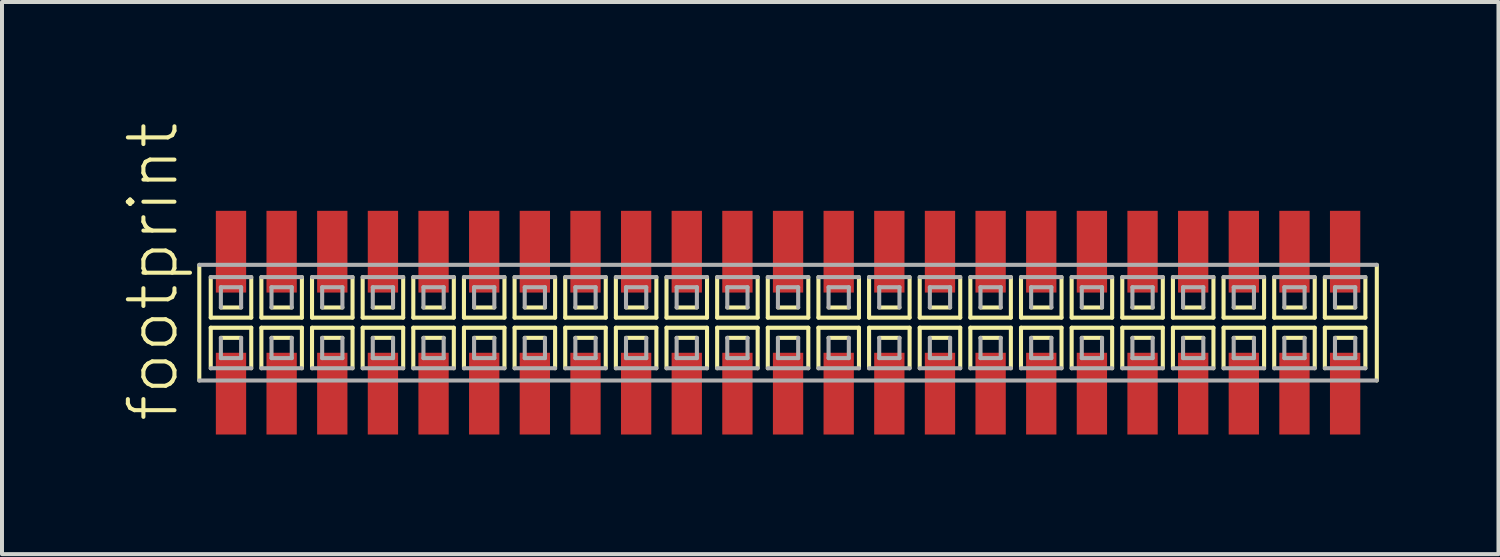
<source format=kicad_pcb>
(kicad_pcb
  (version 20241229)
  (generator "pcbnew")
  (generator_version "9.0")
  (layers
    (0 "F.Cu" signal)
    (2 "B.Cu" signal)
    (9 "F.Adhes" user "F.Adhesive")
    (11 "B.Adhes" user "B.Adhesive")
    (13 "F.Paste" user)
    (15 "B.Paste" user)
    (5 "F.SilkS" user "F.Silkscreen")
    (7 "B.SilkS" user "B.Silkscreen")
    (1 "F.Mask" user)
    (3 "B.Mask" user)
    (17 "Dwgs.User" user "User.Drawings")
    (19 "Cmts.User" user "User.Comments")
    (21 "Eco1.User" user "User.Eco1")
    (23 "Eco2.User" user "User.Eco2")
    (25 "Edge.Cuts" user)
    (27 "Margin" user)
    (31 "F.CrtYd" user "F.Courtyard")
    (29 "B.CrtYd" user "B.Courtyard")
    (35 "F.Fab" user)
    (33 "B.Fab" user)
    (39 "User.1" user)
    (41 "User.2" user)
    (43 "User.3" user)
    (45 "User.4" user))
  (footprint "footprint"
    (layer "F.Cu")
    (at 16.713 5.042)
    (property "Reference" "footprint" (at -15.24 2.54 90) (layer "F.SilkS") (effects (font (size 1.168 1.168) (thickness 0.102)) (justify left bottom)))
    (fp_line (start -14.765 -1.45) (end -14.765 1.45) (stroke (width 0.102) (type solid)) (layer "F.SilkS"))
    (fp_line (start -14.478 -1.143) (end -14.478 -0.127) (stroke (width 0.102) (type solid)) (layer "F.SilkS"))
    (fp_line (start -14.478 -0.127) (end -13.462 -0.127) (stroke (width 0.102) (type solid)) (layer "F.SilkS"))
    (fp_line (start -14.478 0.127) (end -14.478 1.143) (stroke (width 0.102) (type solid)) (layer "F.SilkS"))
    (fp_line (start -14.224 -0.381) (end -13.716 -0.381) (stroke (width 0.102) (type solid)) (layer "F.SilkS"))
    (fp_line (start -13.716 0.381) (end -14.224 0.381) (stroke (width 0.102) (type solid)) (layer "F.SilkS"))
    (fp_line (start -13.462 -0.127) (end -13.462 -1.143) (stroke (width 0.102) (type solid)) (layer "F.SilkS"))
    (fp_line (start -13.462 0.127) (end -14.478 0.127) (stroke (width 0.102) (type solid)) (layer "F.SilkS"))
    (fp_line (start -13.462 1.143) (end -13.462 0.127) (stroke (width 0.102) (type solid)) (layer "F.SilkS"))
    (fp_line (start -13.208 -1.143) (end -13.208 -0.127) (stroke (width 0.102) (type solid)) (layer "F.SilkS"))
    (fp_line (start -13.208 -0.127) (end -12.192 -0.127) (stroke (width 0.102) (type solid)) (layer "F.SilkS"))
    (fp_line (start -13.208 0.127) (end -13.208 1.143) (stroke (width 0.102) (type solid)) (layer "F.SilkS"))
    (fp_line (start -12.954 -0.381) (end -12.446 -0.381) (stroke (width 0.102) (type solid)) (layer "F.SilkS"))
    (fp_line (start -12.446 0.381) (end -12.954 0.381) (stroke (width 0.102) (type solid)) (layer "F.SilkS"))
    (fp_line (start -12.192 -0.127) (end -12.192 -1.143) (stroke (width 0.102) (type solid)) (layer "F.SilkS"))
    (fp_line (start -12.192 0.127) (end -13.208 0.127) (stroke (width 0.102) (type solid)) (layer "F.SilkS"))
    (fp_line (start -12.192 1.143) (end -12.192 0.127) (stroke (width 0.102) (type solid)) (layer "F.SilkS"))
    (fp_line (start -11.938 -1.143) (end -11.938 -0.127) (stroke (width 0.102) (type solid)) (layer "F.SilkS"))
    (fp_line (start -11.938 -0.127) (end -10.922 -0.127) (stroke (width 0.102) (type solid)) (layer "F.SilkS"))
    (fp_line (start -11.938 0.127) (end -11.938 1.143) (stroke (width 0.102) (type solid)) (layer "F.SilkS"))
    (fp_line (start -11.684 -0.381) (end -11.176 -0.381) (stroke (width 0.102) (type solid)) (layer "F.SilkS"))
    (fp_line (start -11.176 0.381) (end -11.684 0.381) (stroke (width 0.102) (type solid)) (layer "F.SilkS"))
    (fp_line (start -10.922 -0.127) (end -10.922 -1.143) (stroke (width 0.102) (type solid)) (layer "F.SilkS"))
    (fp_line (start -10.922 0.127) (end -11.938 0.127) (stroke (width 0.102) (type solid)) (layer "F.SilkS"))
    (fp_line (start -10.922 1.143) (end -10.922 0.127) (stroke (width 0.102) (type solid)) (layer "F.SilkS"))
    (fp_line (start -10.668 -1.143) (end -10.668 -0.127) (stroke (width 0.102) (type solid)) (layer "F.SilkS"))
    (fp_line (start -10.668 -0.127) (end -9.652 -0.127) (stroke (width 0.102) (type solid)) (layer "F.SilkS"))
    (fp_line (start -10.668 0.127) (end -10.668 1.143) (stroke (width 0.102) (type solid)) (layer "F.SilkS"))
    (fp_line (start -10.414 -0.381) (end -9.906 -0.381) (stroke (width 0.102) (type solid)) (layer "F.SilkS"))
    (fp_line (start -9.906 0.381) (end -10.414 0.381) (stroke (width 0.102) (type solid)) (layer "F.SilkS"))
    (fp_line (start -9.652 -0.127) (end -9.652 -1.143) (stroke (width 0.102) (type solid)) (layer "F.SilkS"))
    (fp_line (start -9.652 0.127) (end -10.668 0.127) (stroke (width 0.102) (type solid)) (layer "F.SilkS"))
    (fp_line (start -9.652 1.143) (end -9.652 0.127) (stroke (width 0.102) (type solid)) (layer "F.SilkS"))
    (fp_line (start -9.398 -1.143) (end -9.398 -0.127) (stroke (width 0.102) (type solid)) (layer "F.SilkS"))
    (fp_line (start -9.398 -0.127) (end -8.382 -0.127) (stroke (width 0.102) (type solid)) (layer "F.SilkS"))
    (fp_line (start -9.398 0.127) (end -9.398 1.143) (stroke (width 0.102) (type solid)) (layer "F.SilkS"))
    (fp_line (start -9.144 -0.381) (end -8.636 -0.381) (stroke (width 0.102) (type solid)) (layer "F.SilkS"))
    (fp_line (start -8.636 0.381) (end -9.144 0.381) (stroke (width 0.102) (type solid)) (layer "F.SilkS"))
    (fp_line (start -8.382 -0.127) (end -8.382 -1.143) (stroke (width 0.102) (type solid)) (layer "F.SilkS"))
    (fp_line (start -8.382 0.127) (end -9.398 0.127) (stroke (width 0.102) (type solid)) (layer "F.SilkS"))
    (fp_line (start -8.382 1.143) (end -8.382 0.127) (stroke (width 0.102) (type solid)) (layer "F.SilkS"))
    (fp_line (start -8.128 -1.143) (end -8.128 -0.127) (stroke (width 0.102) (type solid)) (layer "F.SilkS"))
    (fp_line (start -8.128 -0.127) (end -7.112 -0.127) (stroke (width 0.102) (type solid)) (layer "F.SilkS"))
    (fp_line (start -8.128 0.127) (end -8.128 1.143) (stroke (width 0.102) (type solid)) (layer "F.SilkS"))
    (fp_line (start -7.874 -0.381) (end -7.366 -0.381) (stroke (width 0.102) (type solid)) (layer "F.SilkS"))
    (fp_line (start -7.366 0.381) (end -7.874 0.381) (stroke (width 0.102) (type solid)) (layer "F.SilkS"))
    (fp_line (start -7.112 -0.127) (end -7.112 -1.143) (stroke (width 0.102) (type solid)) (layer "F.SilkS"))
    (fp_line (start -7.112 0.127) (end -8.128 0.127) (stroke (width 0.102) (type solid)) (layer "F.SilkS"))
    (fp_line (start -7.112 1.143) (end -7.112 0.127) (stroke (width 0.102) (type solid)) (layer "F.SilkS"))
    (fp_line (start -6.858 -1.143) (end -6.858 -0.127) (stroke (width 0.102) (type solid)) (layer "F.SilkS"))
    (fp_line (start -6.858 -0.127) (end -5.842 -0.127) (stroke (width 0.102) (type solid)) (layer "F.SilkS"))
    (fp_line (start -6.858 0.127) (end -6.858 1.143) (stroke (width 0.102) (type solid)) (layer "F.SilkS"))
    (fp_line (start -6.604 -0.381) (end -6.096 -0.381) (stroke (width 0.102) (type solid)) (layer "F.SilkS"))
    (fp_line (start -6.096 0.381) (end -6.604 0.381) (stroke (width 0.102) (type solid)) (layer "F.SilkS"))
    (fp_line (start -5.842 -0.127) (end -5.842 -1.143) (stroke (width 0.102) (type solid)) (layer "F.SilkS"))
    (fp_line (start -5.842 0.127) (end -6.858 0.127) (stroke (width 0.102) (type solid)) (layer "F.SilkS"))
    (fp_line (start -5.842 1.143) (end -5.842 0.127) (stroke (width 0.102) (type solid)) (layer "F.SilkS"))
    (fp_line (start -5.588 -1.143) (end -5.588 -0.127) (stroke (width 0.102) (type solid)) (layer "F.SilkS"))
    (fp_line (start -5.588 -0.127) (end -4.572 -0.127) (stroke (width 0.102) (type solid)) (layer "F.SilkS"))
    (fp_line (start -5.588 0.127) (end -5.588 1.143) (stroke (width 0.102) (type solid)) (layer "F.SilkS"))
    (fp_line (start -5.334 -0.381) (end -4.826 -0.381) (stroke (width 0.102) (type solid)) (layer "F.SilkS"))
    (fp_line (start -4.826 0.381) (end -5.334 0.381) (stroke (width 0.102) (type solid)) (layer "F.SilkS"))
    (fp_line (start -4.572 -0.127) (end -4.572 -1.143) (stroke (width 0.102) (type solid)) (layer "F.SilkS"))
    (fp_line (start -4.572 0.127) (end -5.588 0.127) (stroke (width 0.102) (type solid)) (layer "F.SilkS"))
    (fp_line (start -4.572 1.143) (end -4.572 0.127) (stroke (width 0.102) (type solid)) (layer "F.SilkS"))
    (fp_line (start -4.318 -1.143) (end -4.318 -0.127) (stroke (width 0.102) (type solid)) (layer "F.SilkS"))
    (fp_line (start -4.318 -0.127) (end -3.302 -0.127) (stroke (width 0.102) (type solid)) (layer "F.SilkS"))
    (fp_line (start -4.318 0.127) (end -4.318 1.143) (stroke (width 0.102) (type solid)) (layer "F.SilkS"))
    (fp_line (start -4.064 -0.381) (end -3.556 -0.381) (stroke (width 0.102) (type solid)) (layer "F.SilkS"))
    (fp_line (start -3.556 0.381) (end -4.064 0.381) (stroke (width 0.102) (type solid)) (layer "F.SilkS"))
    (fp_line (start -3.302 -0.127) (end -3.302 -1.143) (stroke (width 0.102) (type solid)) (layer "F.SilkS"))
    (fp_line (start -3.302 0.127) (end -4.318 0.127) (stroke (width 0.102) (type solid)) (layer "F.SilkS"))
    (fp_line (start -3.302 1.143) (end -3.302 0.127) (stroke (width 0.102) (type solid)) (layer "F.SilkS"))
    (fp_line (start -3.048 -1.143) (end -3.048 -0.127) (stroke (width 0.102) (type solid)) (layer "F.SilkS"))
    (fp_line (start -3.048 -0.127) (end -2.032 -0.127) (stroke (width 0.102) (type solid)) (layer "F.SilkS"))
    (fp_line (start -3.048 0.127) (end -3.048 1.143) (stroke (width 0.102) (type solid)) (layer "F.SilkS"))
    (fp_line (start -2.794 -0.381) (end -2.286 -0.381) (stroke (width 0.102) (type solid)) (layer "F.SilkS"))
    (fp_line (start -2.286 0.381) (end -2.794 0.381) (stroke (width 0.102) (type solid)) (layer "F.SilkS"))
    (fp_line (start -2.032 -0.127) (end -2.032 -1.143) (stroke (width 0.102) (type solid)) (layer "F.SilkS"))
    (fp_line (start -2.032 0.127) (end -3.048 0.127) (stroke (width 0.102) (type solid)) (layer "F.SilkS"))
    (fp_line (start -2.032 1.143) (end -2.032 0.127) (stroke (width 0.102) (type solid)) (layer "F.SilkS"))
    (fp_line (start -1.778 -1.143) (end -1.778 -0.127) (stroke (width 0.102) (type solid)) (layer "F.SilkS"))
    (fp_line (start -1.778 -0.127) (end -0.762 -0.127) (stroke (width 0.102) (type solid)) (layer "F.SilkS"))
    (fp_line (start -1.778 0.127) (end -1.778 1.143) (stroke (width 0.102) (type solid)) (layer "F.SilkS"))
    (fp_line (start -1.524 -0.381) (end -1.016 -0.381) (stroke (width 0.102) (type solid)) (layer "F.SilkS"))
    (fp_line (start -1.016 0.381) (end -1.524 0.381) (stroke (width 0.102) (type solid)) (layer "F.SilkS"))
    (fp_line (start -0.762 -0.127) (end -0.762 -1.143) (stroke (width 0.102) (type solid)) (layer "F.SilkS"))
    (fp_line (start -0.762 0.127) (end -1.778 0.127) (stroke (width 0.102) (type solid)) (layer "F.SilkS"))
    (fp_line (start -0.762 1.143) (end -0.762 0.127) (stroke (width 0.102) (type solid)) (layer "F.SilkS"))
    (fp_line (start -0.508 -1.143) (end -0.508 -0.127) (stroke (width 0.102) (type solid)) (layer "F.SilkS"))
    (fp_line (start -0.508 -0.127) (end 0.508 -0.127) (stroke (width 0.102) (type solid)) (layer "F.SilkS"))
    (fp_line (start -0.508 0.127) (end -0.508 1.143) (stroke (width 0.102) (type solid)) (layer "F.SilkS"))
    (fp_line (start -0.254 -0.381) (end 0.254 -0.381) (stroke (width 0.102) (type solid)) (layer "F.SilkS"))
    (fp_line (start 0.254 0.381) (end -0.254 0.381) (stroke (width 0.102) (type solid)) (layer "F.SilkS"))
    (fp_line (start 0.508 -0.127) (end 0.508 -1.143) (stroke (width 0.102) (type solid)) (layer "F.SilkS"))
    (fp_line (start 0.508 0.127) (end -0.508 0.127) (stroke (width 0.102) (type solid)) (layer "F.SilkS"))
    (fp_line (start 0.508 1.143) (end 0.508 0.127) (stroke (width 0.102) (type solid)) (layer "F.SilkS"))
    (fp_line (start 0.762 -1.143) (end 0.762 -0.127) (stroke (width 0.102) (type solid)) (layer "F.SilkS"))
    (fp_line (start 0.762 -0.127) (end 1.778 -0.127) (stroke (width 0.102) (type solid)) (layer "F.SilkS"))
    (fp_line (start 0.762 0.127) (end 0.762 1.143) (stroke (width 0.102) (type solid)) (layer "F.SilkS"))
    (fp_line (start 1.016 -0.381) (end 1.524 -0.381) (stroke (width 0.102) (type solid)) (layer "F.SilkS"))
    (fp_line (start 1.524 0.381) (end 1.016 0.381) (stroke (width 0.102) (type solid)) (layer "F.SilkS"))
    (fp_line (start 1.778 -0.127) (end 1.778 -1.143) (stroke (width 0.102) (type solid)) (layer "F.SilkS"))
    (fp_line (start 1.778 0.127) (end 0.762 0.127) (stroke (width 0.102) (type solid)) (layer "F.SilkS"))
    (fp_line (start 1.778 1.143) (end 1.778 0.127) (stroke (width 0.102) (type solid)) (layer "F.SilkS"))
    (fp_line (start 2.032 -1.143) (end 2.032 -0.127) (stroke (width 0.102) (type solid)) (layer "F.SilkS"))
    (fp_line (start 2.032 -0.127) (end 3.048 -0.127) (stroke (width 0.102) (type solid)) (layer "F.SilkS"))
    (fp_line (start 2.032 0.127) (end 2.032 1.143) (stroke (width 0.102) (type solid)) (layer "F.SilkS"))
    (fp_line (start 2.286 -0.381) (end 2.794 -0.381) (stroke (width 0.102) (type solid)) (layer "F.SilkS"))
    (fp_line (start 2.794 0.381) (end 2.286 0.381) (stroke (width 0.102) (type solid)) (layer "F.SilkS"))
    (fp_line (start 3.048 -0.127) (end 3.048 -1.143) (stroke (width 0.102) (type solid)) (layer "F.SilkS"))
    (fp_line (start 3.048 0.127) (end 2.032 0.127) (stroke (width 0.102) (type solid)) (layer "F.SilkS"))
    (fp_line (start 3.048 1.143) (end 3.048 0.127) (stroke (width 0.102) (type solid)) (layer "F.SilkS"))
    (fp_line (start 3.302 -1.143) (end 3.302 -0.127) (stroke (width 0.102) (type solid)) (layer "F.SilkS"))
    (fp_line (start 3.302 -0.127) (end 4.318 -0.127) (stroke (width 0.102) (type solid)) (layer "F.SilkS"))
    (fp_line (start 3.302 0.127) (end 3.302 1.143) (stroke (width 0.102) (type solid)) (layer "F.SilkS"))
    (fp_line (start 3.556 -0.381) (end 4.064 -0.381) (stroke (width 0.102) (type solid)) (layer "F.SilkS"))
    (fp_line (start 4.064 0.381) (end 3.556 0.381) (stroke (width 0.102) (type solid)) (layer "F.SilkS"))
    (fp_line (start 4.318 -0.127) (end 4.318 -1.143) (stroke (width 0.102) (type solid)) (layer "F.SilkS"))
    (fp_line (start 4.318 0.127) (end 3.302 0.127) (stroke (width 0.102) (type solid)) (layer "F.SilkS"))
    (fp_line (start 4.318 1.143) (end 4.318 0.127) (stroke (width 0.102) (type solid)) (layer "F.SilkS"))
    (fp_line (start 4.572 -1.143) (end 4.572 -0.127) (stroke (width 0.102) (type solid)) (layer "F.SilkS"))
    (fp_line (start 4.572 -0.127) (end 5.588 -0.127) (stroke (width 0.102) (type solid)) (layer "F.SilkS"))
    (fp_line (start 4.572 0.127) (end 4.572 1.143) (stroke (width 0.102) (type solid)) (layer "F.SilkS"))
    (fp_line (start 4.826 -0.381) (end 5.334 -0.381) (stroke (width 0.102) (type solid)) (layer "F.SilkS"))
    (fp_line (start 5.334 0.381) (end 4.826 0.381) (stroke (width 0.102) (type solid)) (layer "F.SilkS"))
    (fp_line (start 5.588 -0.127) (end 5.588 -1.143) (stroke (width 0.102) (type solid)) (layer "F.SilkS"))
    (fp_line (start 5.588 0.127) (end 4.572 0.127) (stroke (width 0.102) (type solid)) (layer "F.SilkS"))
    (fp_line (start 5.588 1.143) (end 5.588 0.127) (stroke (width 0.102) (type solid)) (layer "F.SilkS"))
    (fp_line (start 5.842 -1.143) (end 5.842 -0.127) (stroke (width 0.102) (type solid)) (layer "F.SilkS"))
    (fp_line (start 5.842 -0.127) (end 6.858 -0.127) (stroke (width 0.102) (type solid)) (layer "F.SilkS"))
    (fp_line (start 5.842 0.127) (end 5.842 1.143) (stroke (width 0.102) (type solid)) (layer "F.SilkS"))
    (fp_line (start 6.096 -0.381) (end 6.604 -0.381) (stroke (width 0.102) (type solid)) (layer "F.SilkS"))
    (fp_line (start 6.604 0.381) (end 6.096 0.381) (stroke (width 0.102) (type solid)) (layer "F.SilkS"))
    (fp_line (start 6.858 -0.127) (end 6.858 -1.143) (stroke (width 0.102) (type solid)) (layer "F.SilkS"))
    (fp_line (start 6.858 0.127) (end 5.842 0.127) (stroke (width 0.102) (type solid)) (layer "F.SilkS"))
    (fp_line (start 6.858 1.143) (end 6.858 0.127) (stroke (width 0.102) (type solid)) (layer "F.SilkS"))
    (fp_line (start 7.112 -1.143) (end 7.112 -0.127) (stroke (width 0.102) (type solid)) (layer "F.SilkS"))
    (fp_line (start 7.112 -0.127) (end 8.128 -0.127) (stroke (width 0.102) (type solid)) (layer "F.SilkS"))
    (fp_line (start 7.112 0.127) (end 7.112 1.143) (stroke (width 0.102) (type solid)) (layer "F.SilkS"))
    (fp_line (start 7.366 -0.381) (end 7.874 -0.381) (stroke (width 0.102) (type solid)) (layer "F.SilkS"))
    (fp_line (start 7.874 0.381) (end 7.366 0.381) (stroke (width 0.102) (type solid)) (layer "F.SilkS"))
    (fp_line (start 8.128 -0.127) (end 8.128 -1.143) (stroke (width 0.102) (type solid)) (layer "F.SilkS"))
    (fp_line (start 8.128 0.127) (end 7.112 0.127) (stroke (width 0.102) (type solid)) (layer "F.SilkS"))
    (fp_line (start 8.128 1.143) (end 8.128 0.127) (stroke (width 0.102) (type solid)) (layer "F.SilkS"))
    (fp_line (start 8.382 -1.143) (end 8.382 -0.127) (stroke (width 0.102) (type solid)) (layer "F.SilkS"))
    (fp_line (start 8.382 -0.127) (end 9.398 -0.127) (stroke (width 0.102) (type solid)) (layer "F.SilkS"))
    (fp_line (start 8.382 0.127) (end 8.382 1.143) (stroke (width 0.102) (type solid)) (layer "F.SilkS"))
    (fp_line (start 8.636 -0.381) (end 9.144 -0.381) (stroke (width 0.102) (type solid)) (layer "F.SilkS"))
    (fp_line (start 9.144 0.381) (end 8.636 0.381) (stroke (width 0.102) (type solid)) (layer "F.SilkS"))
    (fp_line (start 9.398 -0.127) (end 9.398 -1.143) (stroke (width 0.102) (type solid)) (layer "F.SilkS"))
    (fp_line (start 9.398 0.127) (end 8.382 0.127) (stroke (width 0.102) (type solid)) (layer "F.SilkS"))
    (fp_line (start 9.398 1.143) (end 9.398 0.127) (stroke (width 0.102) (type solid)) (layer "F.SilkS"))
    (fp_line (start 9.652 -1.143) (end 9.652 -0.127) (stroke (width 0.102) (type solid)) (layer "F.SilkS"))
    (fp_line (start 9.652 -0.127) (end 10.668 -0.127) (stroke (width 0.102) (type solid)) (layer "F.SilkS"))
    (fp_line (start 9.652 0.127) (end 9.652 1.143) (stroke (width 0.102) (type solid)) (layer "F.SilkS"))
    (fp_line (start 9.906 -0.381) (end 10.414 -0.381) (stroke (width 0.102) (type solid)) (layer "F.SilkS"))
    (fp_line (start 10.414 0.381) (end 9.906 0.381) (stroke (width 0.102) (type solid)) (layer "F.SilkS"))
    (fp_line (start 10.668 -0.127) (end 10.668 -1.143) (stroke (width 0.102) (type solid)) (layer "F.SilkS"))
    (fp_line (start 10.668 0.127) (end 9.652 0.127) (stroke (width 0.102) (type solid)) (layer "F.SilkS"))
    (fp_line (start 10.668 1.143) (end 10.668 0.127) (stroke (width 0.102) (type solid)) (layer "F.SilkS"))
    (fp_line (start 10.922 -1.143) (end 10.922 -0.127) (stroke (width 0.102) (type solid)) (layer "F.SilkS"))
    (fp_line (start 10.922 -0.127) (end 11.938 -0.127) (stroke (width 0.102) (type solid)) (layer "F.SilkS"))
    (fp_line (start 10.922 0.127) (end 10.922 1.143) (stroke (width 0.102) (type solid)) (layer "F.SilkS"))
    (fp_line (start 11.176 -0.381) (end 11.684 -0.381) (stroke (width 0.102) (type solid)) (layer "F.SilkS"))
    (fp_line (start 11.684 0.381) (end 11.176 0.381) (stroke (width 0.102) (type solid)) (layer "F.SilkS"))
    (fp_line (start 11.938 -0.127) (end 11.938 -1.143) (stroke (width 0.102) (type solid)) (layer "F.SilkS"))
    (fp_line (start 11.938 0.127) (end 10.922 0.127) (stroke (width 0.102) (type solid)) (layer "F.SilkS"))
    (fp_line (start 11.938 1.143) (end 11.938 0.127) (stroke (width 0.102) (type solid)) (layer "F.SilkS"))
    (fp_line (start 12.192 -1.143) (end 12.192 -0.127) (stroke (width 0.102) (type solid)) (layer "F.SilkS"))
    (fp_line (start 12.192 -0.127) (end 13.208 -0.127) (stroke (width 0.102) (type solid)) (layer "F.SilkS"))
    (fp_line (start 12.192 0.127) (end 12.192 1.143) (stroke (width 0.102) (type solid)) (layer "F.SilkS"))
    (fp_line (start 12.446 -0.381) (end 12.954 -0.381) (stroke (width 0.102) (type solid)) (layer "F.SilkS"))
    (fp_line (start 12.954 0.381) (end 12.446 0.381) (stroke (width 0.102) (type solid)) (layer "F.SilkS"))
    (fp_line (start 13.208 -0.127) (end 13.208 -1.143) (stroke (width 0.102) (type solid)) (layer "F.SilkS"))
    (fp_line (start 13.208 0.127) (end 12.192 0.127) (stroke (width 0.102) (type solid)) (layer "F.SilkS"))
    (fp_line (start 13.208 1.143) (end 13.208 0.127) (stroke (width 0.102) (type solid)) (layer "F.SilkS"))
    (fp_line (start 13.462 -1.143) (end 13.462 -0.127) (stroke (width 0.102) (type solid)) (layer "F.SilkS"))
    (fp_line (start 13.462 -0.127) (end 14.478 -0.127) (stroke (width 0.102) (type solid)) (layer "F.SilkS"))
    (fp_line (start 13.462 0.127) (end 13.462 1.143) (stroke (width 0.102) (type solid)) (layer "F.SilkS"))
    (fp_line (start 13.716 -0.381) (end 14.224 -0.381) (stroke (width 0.102) (type solid)) (layer "F.SilkS"))
    (fp_line (start 14.224 0.381) (end 13.716 0.381) (stroke (width 0.102) (type solid)) (layer "F.SilkS"))
    (fp_line (start 14.478 -0.127) (end 14.478 -1.143) (stroke (width 0.102) (type solid)) (layer "F.SilkS"))
    (fp_line (start 14.478 0.127) (end 13.462 0.127) (stroke (width 0.102) (type solid)) (layer "F.SilkS"))
    (fp_line (start 14.478 1.143) (end 14.478 0.127) (stroke (width 0.102) (type solid)) (layer "F.SilkS"))
    (fp_line (start 14.765 1.45) (end 14.765 -1.45) (stroke (width 0.102) (type solid)) (layer "F.SilkS"))
    (fp_line (start -14.765 1.45) (end 14.765 1.45) (stroke (width 0.102) (type solid)) (layer "F.Fab"))
    (fp_line (start -14.478 1.143) (end -13.462 1.143) (stroke (width 0.102) (type solid)) (layer "F.Fab"))
    (fp_line (start -14.224 -0.889) (end -14.224 -0.381) (stroke (width 0.102) (type solid)) (layer "F.Fab"))
    (fp_line (start -14.224 0.381) (end -14.224 0.889) (stroke (width 0.102) (type solid)) (layer "F.Fab"))
    (fp_line (start -14.224 0.889) (end -13.716 0.889) (stroke (width 0.102) (type solid)) (layer "F.Fab"))
    (fp_line (start -13.716 -0.889) (end -14.224 -0.889) (stroke (width 0.102) (type solid)) (layer "F.Fab"))
    (fp_line (start -13.716 -0.381) (end -13.716 -0.889) (stroke (width 0.102) (type solid)) (layer "F.Fab"))
    (fp_line (start -13.716 0.889) (end -13.716 0.381) (stroke (width 0.102) (type solid)) (layer "F.Fab"))
    (fp_line (start -13.462 -1.143) (end -14.478 -1.143) (stroke (width 0.102) (type solid)) (layer "F.Fab"))
    (fp_line (start -13.208 1.143) (end -12.192 1.143) (stroke (width 0.102) (type solid)) (layer "F.Fab"))
    (fp_line (start -12.954 -0.889) (end -12.954 -0.381) (stroke (width 0.102) (type solid)) (layer "F.Fab"))
    (fp_line (start -12.954 0.381) (end -12.954 0.889) (stroke (width 0.102) (type solid)) (layer "F.Fab"))
    (fp_line (start -12.954 0.889) (end -12.446 0.889) (stroke (width 0.102) (type solid)) (layer "F.Fab"))
    (fp_line (start -12.446 -0.889) (end -12.954 -0.889) (stroke (width 0.102) (type solid)) (layer "F.Fab"))
    (fp_line (start -12.446 -0.381) (end -12.446 -0.889) (stroke (width 0.102) (type solid)) (layer "F.Fab"))
    (fp_line (start -12.446 0.889) (end -12.446 0.381) (stroke (width 0.102) (type solid)) (layer "F.Fab"))
    (fp_line (start -12.192 -1.143) (end -13.208 -1.143) (stroke (width 0.102) (type solid)) (layer "F.Fab"))
    (fp_line (start -11.938 1.143) (end -10.922 1.143) (stroke (width 0.102) (type solid)) (layer "F.Fab"))
    (fp_line (start -11.684 -0.889) (end -11.684 -0.381) (stroke (width 0.102) (type solid)) (layer "F.Fab"))
    (fp_line (start -11.684 0.381) (end -11.684 0.889) (stroke (width 0.102) (type solid)) (layer "F.Fab"))
    (fp_line (start -11.684 0.889) (end -11.176 0.889) (stroke (width 0.102) (type solid)) (layer "F.Fab"))
    (fp_line (start -11.176 -0.889) (end -11.684 -0.889) (stroke (width 0.102) (type solid)) (layer "F.Fab"))
    (fp_line (start -11.176 -0.381) (end -11.176 -0.889) (stroke (width 0.102) (type solid)) (layer "F.Fab"))
    (fp_line (start -11.176 0.889) (end -11.176 0.381) (stroke (width 0.102) (type solid)) (layer "F.Fab"))
    (fp_line (start -10.922 -1.143) (end -11.938 -1.143) (stroke (width 0.102) (type solid)) (layer "F.Fab"))
    (fp_line (start -10.668 1.143) (end -9.652 1.143) (stroke (width 0.102) (type solid)) (layer "F.Fab"))
    (fp_line (start -10.414 -0.889) (end -10.414 -0.381) (stroke (width 0.102) (type solid)) (layer "F.Fab"))
    (fp_line (start -10.414 0.381) (end -10.414 0.889) (stroke (width 0.102) (type solid)) (layer "F.Fab"))
    (fp_line (start -10.414 0.889) (end -9.906 0.889) (stroke (width 0.102) (type solid)) (layer "F.Fab"))
    (fp_line (start -9.906 -0.889) (end -10.414 -0.889) (stroke (width 0.102) (type solid)) (layer "F.Fab"))
    (fp_line (start -9.906 -0.381) (end -9.906 -0.889) (stroke (width 0.102) (type solid)) (layer "F.Fab"))
    (fp_line (start -9.906 0.889) (end -9.906 0.381) (stroke (width 0.102) (type solid)) (layer "F.Fab"))
    (fp_line (start -9.652 -1.143) (end -10.668 -1.143) (stroke (width 0.102) (type solid)) (layer "F.Fab"))
    (fp_line (start -9.398 1.143) (end -8.382 1.143) (stroke (width 0.102) (type solid)) (layer "F.Fab"))
    (fp_line (start -9.144 -0.889) (end -9.144 -0.381) (stroke (width 0.102) (type solid)) (layer "F.Fab"))
    (fp_line (start -9.144 0.381) (end -9.144 0.889) (stroke (width 0.102) (type solid)) (layer "F.Fab"))
    (fp_line (start -9.144 0.889) (end -8.636 0.889) (stroke (width 0.102) (type solid)) (layer "F.Fab"))
    (fp_line (start -8.636 -0.889) (end -9.144 -0.889) (stroke (width 0.102) (type solid)) (layer "F.Fab"))
    (fp_line (start -8.636 -0.381) (end -8.636 -0.889) (stroke (width 0.102) (type solid)) (layer "F.Fab"))
    (fp_line (start -8.636 0.889) (end -8.636 0.381) (stroke (width 0.102) (type solid)) (layer "F.Fab"))
    (fp_line (start -8.382 -1.143) (end -9.398 -1.143) (stroke (width 0.102) (type solid)) (layer "F.Fab"))
    (fp_line (start -8.128 1.143) (end -7.112 1.143) (stroke (width 0.102) (type solid)) (layer "F.Fab"))
    (fp_line (start -7.874 -0.889) (end -7.874 -0.381) (stroke (width 0.102) (type solid)) (layer "F.Fab"))
    (fp_line (start -7.874 0.381) (end -7.874 0.889) (stroke (width 0.102) (type solid)) (layer "F.Fab"))
    (fp_line (start -7.874 0.889) (end -7.366 0.889) (stroke (width 0.102) (type solid)) (layer "F.Fab"))
    (fp_line (start -7.366 -0.889) (end -7.874 -0.889) (stroke (width 0.102) (type solid)) (layer "F.Fab"))
    (fp_line (start -7.366 -0.381) (end -7.366 -0.889) (stroke (width 0.102) (type solid)) (layer "F.Fab"))
    (fp_line (start -7.366 0.889) (end -7.366 0.381) (stroke (width 0.102) (type solid)) (layer "F.Fab"))
    (fp_line (start -7.112 -1.143) (end -8.128 -1.143) (stroke (width 0.102) (type solid)) (layer "F.Fab"))
    (fp_line (start -6.858 1.143) (end -5.842 1.143) (stroke (width 0.102) (type solid)) (layer "F.Fab"))
    (fp_line (start -6.604 -0.889) (end -6.604 -0.381) (stroke (width 0.102) (type solid)) (layer "F.Fab"))
    (fp_line (start -6.604 0.381) (end -6.604 0.889) (stroke (width 0.102) (type solid)) (layer "F.Fab"))
    (fp_line (start -6.604 0.889) (end -6.096 0.889) (stroke (width 0.102) (type solid)) (layer "F.Fab"))
    (fp_line (start -6.096 -0.889) (end -6.604 -0.889) (stroke (width 0.102) (type solid)) (layer "F.Fab"))
    (fp_line (start -6.096 -0.381) (end -6.096 -0.889) (stroke (width 0.102) (type solid)) (layer "F.Fab"))
    (fp_line (start -6.096 0.889) (end -6.096 0.381) (stroke (width 0.102) (type solid)) (layer "F.Fab"))
    (fp_line (start -5.842 -1.143) (end -6.858 -1.143) (stroke (width 0.102) (type solid)) (layer "F.Fab"))
    (fp_line (start -5.588 1.143) (end -4.572 1.143) (stroke (width 0.102) (type solid)) (layer "F.Fab"))
    (fp_line (start -5.334 -0.889) (end -5.334 -0.381) (stroke (width 0.102) (type solid)) (layer "F.Fab"))
    (fp_line (start -5.334 0.381) (end -5.334 0.889) (stroke (width 0.102) (type solid)) (layer "F.Fab"))
    (fp_line (start -5.334 0.889) (end -4.826 0.889) (stroke (width 0.102) (type solid)) (layer "F.Fab"))
    (fp_line (start -4.826 -0.889) (end -5.334 -0.889) (stroke (width 0.102) (type solid)) (layer "F.Fab"))
    (fp_line (start -4.826 -0.381) (end -4.826 -0.889) (stroke (width 0.102) (type solid)) (layer "F.Fab"))
    (fp_line (start -4.826 0.889) (end -4.826 0.381) (stroke (width 0.102) (type solid)) (layer "F.Fab"))
    (fp_line (start -4.572 -1.143) (end -5.588 -1.143) (stroke (width 0.102) (type solid)) (layer "F.Fab"))
    (fp_line (start -4.318 1.143) (end -3.302 1.143) (stroke (width 0.102) (type solid)) (layer "F.Fab"))
    (fp_line (start -4.064 -0.889) (end -4.064 -0.381) (stroke (width 0.102) (type solid)) (layer "F.Fab"))
    (fp_line (start -4.064 0.381) (end -4.064 0.889) (stroke (width 0.102) (type solid)) (layer "F.Fab"))
    (fp_line (start -4.064 0.889) (end -3.556 0.889) (stroke (width 0.102) (type solid)) (layer "F.Fab"))
    (fp_line (start -3.556 -0.889) (end -4.064 -0.889) (stroke (width 0.102) (type solid)) (layer "F.Fab"))
    (fp_line (start -3.556 -0.381) (end -3.556 -0.889) (stroke (width 0.102) (type solid)) (layer "F.Fab"))
    (fp_line (start -3.556 0.889) (end -3.556 0.381) (stroke (width 0.102) (type solid)) (layer "F.Fab"))
    (fp_line (start -3.302 -1.143) (end -4.318 -1.143) (stroke (width 0.102) (type solid)) (layer "F.Fab"))
    (fp_line (start -3.048 1.143) (end -2.032 1.143) (stroke (width 0.102) (type solid)) (layer "F.Fab"))
    (fp_line (start -2.794 -0.889) (end -2.794 -0.381) (stroke (width 0.102) (type solid)) (layer "F.Fab"))
    (fp_line (start -2.794 0.381) (end -2.794 0.889) (stroke (width 0.102) (type solid)) (layer "F.Fab"))
    (fp_line (start -2.794 0.889) (end -2.286 0.889) (stroke (width 0.102) (type solid)) (layer "F.Fab"))
    (fp_line (start -2.286 -0.889) (end -2.794 -0.889) (stroke (width 0.102) (type solid)) (layer "F.Fab"))
    (fp_line (start -2.286 -0.381) (end -2.286 -0.889) (stroke (width 0.102) (type solid)) (layer "F.Fab"))
    (fp_line (start -2.286 0.889) (end -2.286 0.381) (stroke (width 0.102) (type solid)) (layer "F.Fab"))
    (fp_line (start -2.032 -1.143) (end -3.048 -1.143) (stroke (width 0.102) (type solid)) (layer "F.Fab"))
    (fp_line (start -1.778 1.143) (end -0.762 1.143) (stroke (width 0.102) (type solid)) (layer "F.Fab"))
    (fp_line (start -1.524 -0.889) (end -1.524 -0.381) (stroke (width 0.102) (type solid)) (layer "F.Fab"))
    (fp_line (start -1.524 0.381) (end -1.524 0.889) (stroke (width 0.102) (type solid)) (layer "F.Fab"))
    (fp_line (start -1.524 0.889) (end -1.016 0.889) (stroke (width 0.102) (type solid)) (layer "F.Fab"))
    (fp_line (start -1.016 -0.889) (end -1.524 -0.889) (stroke (width 0.102) (type solid)) (layer "F.Fab"))
    (fp_line (start -1.016 -0.381) (end -1.016 -0.889) (stroke (width 0.102) (type solid)) (layer "F.Fab"))
    (fp_line (start -1.016 0.889) (end -1.016 0.381) (stroke (width 0.102) (type solid)) (layer "F.Fab"))
    (fp_line (start -0.762 -1.143) (end -1.778 -1.143) (stroke (width 0.102) (type solid)) (layer "F.Fab"))
    (fp_line (start -0.508 1.143) (end 0.508 1.143) (stroke (width 0.102) (type solid)) (layer "F.Fab"))
    (fp_line (start -0.254 -0.889) (end -0.254 -0.381) (stroke (width 0.102) (type solid)) (layer "F.Fab"))
    (fp_line (start -0.254 0.381) (end -0.254 0.889) (stroke (width 0.102) (type solid)) (layer "F.Fab"))
    (fp_line (start -0.254 0.889) (end 0.254 0.889) (stroke (width 0.102) (type solid)) (layer "F.Fab"))
    (fp_line (start 0.254 -0.889) (end -0.254 -0.889) (stroke (width 0.102) (type solid)) (layer "F.Fab"))
    (fp_line (start 0.254 -0.381) (end 0.254 -0.889) (stroke (width 0.102) (type solid)) (layer "F.Fab"))
    (fp_line (start 0.254 0.889) (end 0.254 0.381) (stroke (width 0.102) (type solid)) (layer "F.Fab"))
    (fp_line (start 0.508 -1.143) (end -0.508 -1.143) (stroke (width 0.102) (type solid)) (layer "F.Fab"))
    (fp_line (start 0.762 1.143) (end 1.778 1.143) (stroke (width 0.102) (type solid)) (layer "F.Fab"))
    (fp_line (start 1.016 -0.889) (end 1.016 -0.381) (stroke (width 0.102) (type solid)) (layer "F.Fab"))
    (fp_line (start 1.016 0.381) (end 1.016 0.889) (stroke (width 0.102) (type solid)) (layer "F.Fab"))
    (fp_line (start 1.016 0.889) (end 1.524 0.889) (stroke (width 0.102) (type solid)) (layer "F.Fab"))
    (fp_line (start 1.524 -0.889) (end 1.016 -0.889) (stroke (width 0.102) (type solid)) (layer "F.Fab"))
    (fp_line (start 1.524 -0.381) (end 1.524 -0.889) (stroke (width 0.102) (type solid)) (layer "F.Fab"))
    (fp_line (start 1.524 0.889) (end 1.524 0.381) (stroke (width 0.102) (type solid)) (layer "F.Fab"))
    (fp_line (start 1.778 -1.143) (end 0.762 -1.143) (stroke (width 0.102) (type solid)) (layer "F.Fab"))
    (fp_line (start 2.032 1.143) (end 3.048 1.143) (stroke (width 0.102) (type solid)) (layer "F.Fab"))
    (fp_line (start 2.286 -0.889) (end 2.286 -0.381) (stroke (width 0.102) (type solid)) (layer "F.Fab"))
    (fp_line (start 2.286 0.381) (end 2.286 0.889) (stroke (width 0.102) (type solid)) (layer "F.Fab"))
    (fp_line (start 2.286 0.889) (end 2.794 0.889) (stroke (width 0.102) (type solid)) (layer "F.Fab"))
    (fp_line (start 2.794 -0.889) (end 2.286 -0.889) (stroke (width 0.102) (type solid)) (layer "F.Fab"))
    (fp_line (start 2.794 -0.381) (end 2.794 -0.889) (stroke (width 0.102) (type solid)) (layer "F.Fab"))
    (fp_line (start 2.794 0.889) (end 2.794 0.381) (stroke (width 0.102) (type solid)) (layer "F.Fab"))
    (fp_line (start 3.048 -1.143) (end 2.032 -1.143) (stroke (width 0.102) (type solid)) (layer "F.Fab"))
    (fp_line (start 3.302 1.143) (end 4.318 1.143) (stroke (width 0.102) (type solid)) (layer "F.Fab"))
    (fp_line (start 3.556 -0.889) (end 3.556 -0.381) (stroke (width 0.102) (type solid)) (layer "F.Fab"))
    (fp_line (start 3.556 0.381) (end 3.556 0.889) (stroke (width 0.102) (type solid)) (layer "F.Fab"))
    (fp_line (start 3.556 0.889) (end 4.064 0.889) (stroke (width 0.102) (type solid)) (layer "F.Fab"))
    (fp_line (start 4.064 -0.889) (end 3.556 -0.889) (stroke (width 0.102) (type solid)) (layer "F.Fab"))
    (fp_line (start 4.064 -0.381) (end 4.064 -0.889) (stroke (width 0.102) (type solid)) (layer "F.Fab"))
    (fp_line (start 4.064 0.889) (end 4.064 0.381) (stroke (width 0.102) (type solid)) (layer "F.Fab"))
    (fp_line (start 4.318 -1.143) (end 3.302 -1.143) (stroke (width 0.102) (type solid)) (layer "F.Fab"))
    (fp_line (start 4.572 1.143) (end 5.588 1.143) (stroke (width 0.102) (type solid)) (layer "F.Fab"))
    (fp_line (start 4.826 -0.889) (end 4.826 -0.381) (stroke (width 0.102) (type solid)) (layer "F.Fab"))
    (fp_line (start 4.826 0.381) (end 4.826 0.889) (stroke (width 0.102) (type solid)) (layer "F.Fab"))
    (fp_line (start 4.826 0.889) (end 5.334 0.889) (stroke (width 0.102) (type solid)) (layer "F.Fab"))
    (fp_line (start 5.334 -0.889) (end 4.826 -0.889) (stroke (width 0.102) (type solid)) (layer "F.Fab"))
    (fp_line (start 5.334 -0.381) (end 5.334 -0.889) (stroke (width 0.102) (type solid)) (layer "F.Fab"))
    (fp_line (start 5.334 0.889) (end 5.334 0.381) (stroke (width 0.102) (type solid)) (layer "F.Fab"))
    (fp_line (start 5.588 -1.143) (end 4.572 -1.143) (stroke (width 0.102) (type solid)) (layer "F.Fab"))
    (fp_line (start 5.842 1.143) (end 6.858 1.143) (stroke (width 0.102) (type solid)) (layer "F.Fab"))
    (fp_line (start 6.096 -0.889) (end 6.096 -0.381) (stroke (width 0.102) (type solid)) (layer "F.Fab"))
    (fp_line (start 6.096 0.381) (end 6.096 0.889) (stroke (width 0.102) (type solid)) (layer "F.Fab"))
    (fp_line (start 6.096 0.889) (end 6.604 0.889) (stroke (width 0.102) (type solid)) (layer "F.Fab"))
    (fp_line (start 6.604 -0.889) (end 6.096 -0.889) (stroke (width 0.102) (type solid)) (layer "F.Fab"))
    (fp_line (start 6.604 -0.381) (end 6.604 -0.889) (stroke (width 0.102) (type solid)) (layer "F.Fab"))
    (fp_line (start 6.604 0.889) (end 6.604 0.381) (stroke (width 0.102) (type solid)) (layer "F.Fab"))
    (fp_line (start 6.858 -1.143) (end 5.842 -1.143) (stroke (width 0.102) (type solid)) (layer "F.Fab"))
    (fp_line (start 7.112 1.143) (end 8.128 1.143) (stroke (width 0.102) (type solid)) (layer "F.Fab"))
    (fp_line (start 7.366 -0.889) (end 7.366 -0.381) (stroke (width 0.102) (type solid)) (layer "F.Fab"))
    (fp_line (start 7.366 0.381) (end 7.366 0.889) (stroke (width 0.102) (type solid)) (layer "F.Fab"))
    (fp_line (start 7.366 0.889) (end 7.874 0.889) (stroke (width 0.102) (type solid)) (layer "F.Fab"))
    (fp_line (start 7.874 -0.889) (end 7.366 -0.889) (stroke (width 0.102) (type solid)) (layer "F.Fab"))
    (fp_line (start 7.874 -0.381) (end 7.874 -0.889) (stroke (width 0.102) (type solid)) (layer "F.Fab"))
    (fp_line (start 7.874 0.889) (end 7.874 0.381) (stroke (width 0.102) (type solid)) (layer "F.Fab"))
    (fp_line (start 8.128 -1.143) (end 7.112 -1.143) (stroke (width 0.102) (type solid)) (layer "F.Fab"))
    (fp_line (start 8.382 1.143) (end 9.398 1.143) (stroke (width 0.102) (type solid)) (layer "F.Fab"))
    (fp_line (start 8.636 -0.889) (end 8.636 -0.381) (stroke (width 0.102) (type solid)) (layer "F.Fab"))
    (fp_line (start 8.636 0.381) (end 8.636 0.889) (stroke (width 0.102) (type solid)) (layer "F.Fab"))
    (fp_line (start 8.636 0.889) (end 9.144 0.889) (stroke (width 0.102) (type solid)) (layer "F.Fab"))
    (fp_line (start 9.144 -0.889) (end 8.636 -0.889) (stroke (width 0.102) (type solid)) (layer "F.Fab"))
    (fp_line (start 9.144 -0.381) (end 9.144 -0.889) (stroke (width 0.102) (type solid)) (layer "F.Fab"))
    (fp_line (start 9.144 0.889) (end 9.144 0.381) (stroke (width 0.102) (type solid)) (layer "F.Fab"))
    (fp_line (start 9.398 -1.143) (end 8.382 -1.143) (stroke (width 0.102) (type solid)) (layer "F.Fab"))
    (fp_line (start 9.652 1.143) (end 10.668 1.143) (stroke (width 0.102) (type solid)) (layer "F.Fab"))
    (fp_line (start 9.906 -0.889) (end 9.906 -0.381) (stroke (width 0.102) (type solid)) (layer "F.Fab"))
    (fp_line (start 9.906 0.381) (end 9.906 0.889) (stroke (width 0.102) (type solid)) (layer "F.Fab"))
    (fp_line (start 9.906 0.889) (end 10.414 0.889) (stroke (width 0.102) (type solid)) (layer "F.Fab"))
    (fp_line (start 10.414 -0.889) (end 9.906 -0.889) (stroke (width 0.102) (type solid)) (layer "F.Fab"))
    (fp_line (start 10.414 -0.381) (end 10.414 -0.889) (stroke (width 0.102) (type solid)) (layer "F.Fab"))
    (fp_line (start 10.414 0.889) (end 10.414 0.381) (stroke (width 0.102) (type solid)) (layer "F.Fab"))
    (fp_line (start 10.668 -1.143) (end 9.652 -1.143) (stroke (width 0.102) (type solid)) (layer "F.Fab"))
    (fp_line (start 10.922 1.143) (end 11.938 1.143) (stroke (width 0.102) (type solid)) (layer "F.Fab"))
    (fp_line (start 11.176 -0.889) (end 11.176 -0.381) (stroke (width 0.102) (type solid)) (layer "F.Fab"))
    (fp_line (start 11.176 0.381) (end 11.176 0.889) (stroke (width 0.102) (type solid)) (layer "F.Fab"))
    (fp_line (start 11.176 0.889) (end 11.684 0.889) (stroke (width 0.102) (type solid)) (layer "F.Fab"))
    (fp_line (start 11.684 -0.889) (end 11.176 -0.889) (stroke (width 0.102) (type solid)) (layer "F.Fab"))
    (fp_line (start 11.684 -0.381) (end 11.684 -0.889) (stroke (width 0.102) (type solid)) (layer "F.Fab"))
    (fp_line (start 11.684 0.889) (end 11.684 0.381) (stroke (width 0.102) (type solid)) (layer "F.Fab"))
    (fp_line (start 11.938 -1.143) (end 10.922 -1.143) (stroke (width 0.102) (type solid)) (layer "F.Fab"))
    (fp_line (start 12.192 1.143) (end 13.208 1.143) (stroke (width 0.102) (type solid)) (layer "F.Fab"))
    (fp_line (start 12.446 -0.889) (end 12.446 -0.381) (stroke (width 0.102) (type solid)) (layer "F.Fab"))
    (fp_line (start 12.446 0.381) (end 12.446 0.889) (stroke (width 0.102) (type solid)) (layer "F.Fab"))
    (fp_line (start 12.446 0.889) (end 12.954 0.889) (stroke (width 0.102) (type solid)) (layer "F.Fab"))
    (fp_line (start 12.954 -0.889) (end 12.446 -0.889) (stroke (width 0.102) (type solid)) (layer "F.Fab"))
    (fp_line (start 12.954 -0.381) (end 12.954 -0.889) (stroke (width 0.102) (type solid)) (layer "F.Fab"))
    (fp_line (start 12.954 0.889) (end 12.954 0.381) (stroke (width 0.102) (type solid)) (layer "F.Fab"))
    (fp_line (start 13.208 -1.143) (end 12.192 -1.143) (stroke (width 0.102) (type solid)) (layer "F.Fab"))
    (fp_line (start 13.462 1.143) (end 14.478 1.143) (stroke (width 0.102) (type solid)) (layer "F.Fab"))
    (fp_line (start 13.716 -0.889) (end 13.716 -0.381) (stroke (width 0.102) (type solid)) (layer "F.Fab"))
    (fp_line (start 13.716 0.381) (end 13.716 0.889) (stroke (width 0.102) (type solid)) (layer "F.Fab"))
    (fp_line (start 13.716 0.889) (end 14.224 0.889) (stroke (width 0.102) (type solid)) (layer "F.Fab"))
    (fp_line (start 14.224 -0.889) (end 13.716 -0.889) (stroke (width 0.102) (type solid)) (layer "F.Fab"))
    (fp_line (start 14.224 -0.381) (end 14.224 -0.889) (stroke (width 0.102) (type solid)) (layer "F.Fab"))
    (fp_line (start 14.224 0.889) (end 14.224 0.381) (stroke (width 0.102) (type solid)) (layer "F.Fab"))
    (fp_line (start 14.478 -1.143) (end 13.462 -1.143) (stroke (width 0.102) (type solid)) (layer "F.Fab"))
    (fp_line (start 14.765 -1.45) (end -14.765 -1.45) (stroke (width 0.102) (type solid)) (layer "F.Fab"))
    (pad "1" smd rect (at -13.97 1.78) (size 0.76 2.05) (layers "F.Cu" "F.Mask" "F.Paste"))
    (pad "2" smd rect (at -13.97 -1.78) (size 0.76 2.05) (layers "F.Cu" "F.Mask" "F.Paste"))
    (pad "3" smd rect (at -12.7 1.78) (size 0.76 2.05) (layers "F.Cu" "F.Mask" "F.Paste"))
    (pad "4" smd rect (at -12.7 -1.78) (size 0.76 2.05) (layers "F.Cu" "F.Mask" "F.Paste"))
    (pad "5" smd rect (at -11.43 1.78) (size 0.76 2.05) (layers "F.Cu" "F.Mask" "F.Paste"))
    (pad "6" smd rect (at -11.43 -1.78) (size 0.76 2.05) (layers "F.Cu" "F.Mask" "F.Paste"))
    (pad "7" smd rect (at -10.16 1.78) (size 0.76 2.05) (layers "F.Cu" "F.Mask" "F.Paste"))
    (pad "8" smd rect (at -10.16 -1.78) (size 0.76 2.05) (layers "F.Cu" "F.Mask" "F.Paste"))
    (pad "9" smd rect (at -8.89 1.78) (size 0.76 2.05) (layers "F.Cu" "F.Mask" "F.Paste"))
    (pad "10" smd rect (at -8.89 -1.78) (size 0.76 2.05) (layers "F.Cu" "F.Mask" "F.Paste"))
    (pad "11" smd rect (at -7.62 1.78) (size 0.76 2.05) (layers "F.Cu" "F.Mask" "F.Paste"))
    (pad "12" smd rect (at -7.62 -1.78) (size 0.76 2.05) (layers "F.Cu" "F.Mask" "F.Paste"))
    (pad "13" smd rect (at -6.35 1.78) (size 0.76 2.05) (layers "F.Cu" "F.Mask" "F.Paste"))
    (pad "14" smd rect (at -6.35 -1.78) (size 0.76 2.05) (layers "F.Cu" "F.Mask" "F.Paste"))
    (pad "15" smd rect (at -5.08 1.78) (size 0.76 2.05) (layers "F.Cu" "F.Mask" "F.Paste"))
    (pad "16" smd rect (at -5.08 -1.78) (size 0.76 2.05) (layers "F.Cu" "F.Mask" "F.Paste"))
    (pad "17" smd rect (at -3.81 1.78) (size 0.76 2.05) (layers "F.Cu" "F.Mask" "F.Paste"))
    (pad "18" smd rect (at -3.81 -1.78) (size 0.76 2.05) (layers "F.Cu" "F.Mask" "F.Paste"))
    (pad "19" smd rect (at -2.54 1.78) (size 0.76 2.05) (layers "F.Cu" "F.Mask" "F.Paste"))
    (pad "20" smd rect (at -2.54 -1.78) (size 0.76 2.05) (layers "F.Cu" "F.Mask" "F.Paste"))
    (pad "21" smd rect (at -1.27 1.78) (size 0.76 2.05) (layers "F.Cu" "F.Mask" "F.Paste"))
    (pad "22" smd rect (at -1.27 -1.78) (size 0.76 2.05) (layers "F.Cu" "F.Mask" "F.Paste"))
    (pad "23" smd rect (at 0 1.78) (size 0.76 2.05) (layers "F.Cu" "F.Mask" "F.Paste"))
    (pad "24" smd rect (at 0 -1.78) (size 0.76 2.05) (layers "F.Cu" "F.Mask" "F.Paste"))
    (pad "25" smd rect (at 1.27 1.78) (size 0.76 2.05) (layers "F.Cu" "F.Mask" "F.Paste"))
    (pad "26" smd rect (at 1.27 -1.78) (size 0.76 2.05) (layers "F.Cu" "F.Mask" "F.Paste"))
    (pad "27" smd rect (at 2.54 1.78) (size 0.76 2.05) (layers "F.Cu" "F.Mask" "F.Paste"))
    (pad "28" smd rect (at 2.54 -1.78) (size 0.76 2.05) (layers "F.Cu" "F.Mask" "F.Paste"))
    (pad "29" smd rect (at 3.81 1.78) (size 0.76 2.05) (layers "F.Cu" "F.Mask" "F.Paste"))
    (pad "30" smd rect (at 3.81 -1.78) (size 0.76 2.05) (layers "F.Cu" "F.Mask" "F.Paste"))
    (pad "31" smd rect (at 5.08 1.78) (size 0.76 2.05) (layers "F.Cu" "F.Mask" "F.Paste"))
    (pad "32" smd rect (at 5.08 -1.78) (size 0.76 2.05) (layers "F.Cu" "F.Mask" "F.Paste"))
    (pad "33" smd rect (at 6.35 1.78) (size 0.76 2.05) (layers "F.Cu" "F.Mask" "F.Paste"))
    (pad "34" smd rect (at 6.35 -1.78) (size 0.76 2.05) (layers "F.Cu" "F.Mask" "F.Paste"))
    (pad "35" smd rect (at 7.62 1.78) (size 0.76 2.05) (layers "F.Cu" "F.Mask" "F.Paste"))
    (pad "36" smd rect (at 7.62 -1.78) (size 0.76 2.05) (layers "F.Cu" "F.Mask" "F.Paste"))
    (pad "37" smd rect (at 8.89 1.78) (size 0.76 2.05) (layers "F.Cu" "F.Mask" "F.Paste"))
    (pad "38" smd rect (at 8.89 -1.78) (size 0.76 2.05) (layers "F.Cu" "F.Mask" "F.Paste"))
    (pad "39" smd rect (at 10.16 1.78) (size 0.76 2.05) (layers "F.Cu" "F.Mask" "F.Paste"))
    (pad "40" smd rect (at 10.16 -1.78) (size 0.76 2.05) (layers "F.Cu" "F.Mask" "F.Paste"))
    (pad "41" smd rect (at 11.43 1.78) (size 0.76 2.05) (layers "F.Cu" "F.Mask" "F.Paste"))
    (pad "42" smd rect (at 11.43 -1.78) (size 0.76 2.05) (layers "F.Cu" "F.Mask" "F.Paste"))
    (pad "43" smd rect (at 12.7 1.78) (size 0.76 2.05) (layers "F.Cu" "F.Mask" "F.Paste"))
    (pad "44" smd rect (at 12.7 -1.78) (size 0.76 2.05) (layers "F.Cu" "F.Mask" "F.Paste"))
    (pad "45" smd rect (at 13.97 1.78) (size 0.76 2.05) (layers "F.Cu" "F.Mask" "F.Paste"))
    (pad "46" smd rect (at 13.97 -1.78) (size 0.76 2.05) (layers "F.Cu" "F.Mask" "F.Paste")))
  (gr_rect
    (start -3 -3)
    (end 34.529 10.847)
    (stroke (width 0.1) (type default))
    (fill no)
    (layer "Edge.Cuts")))
</source>
